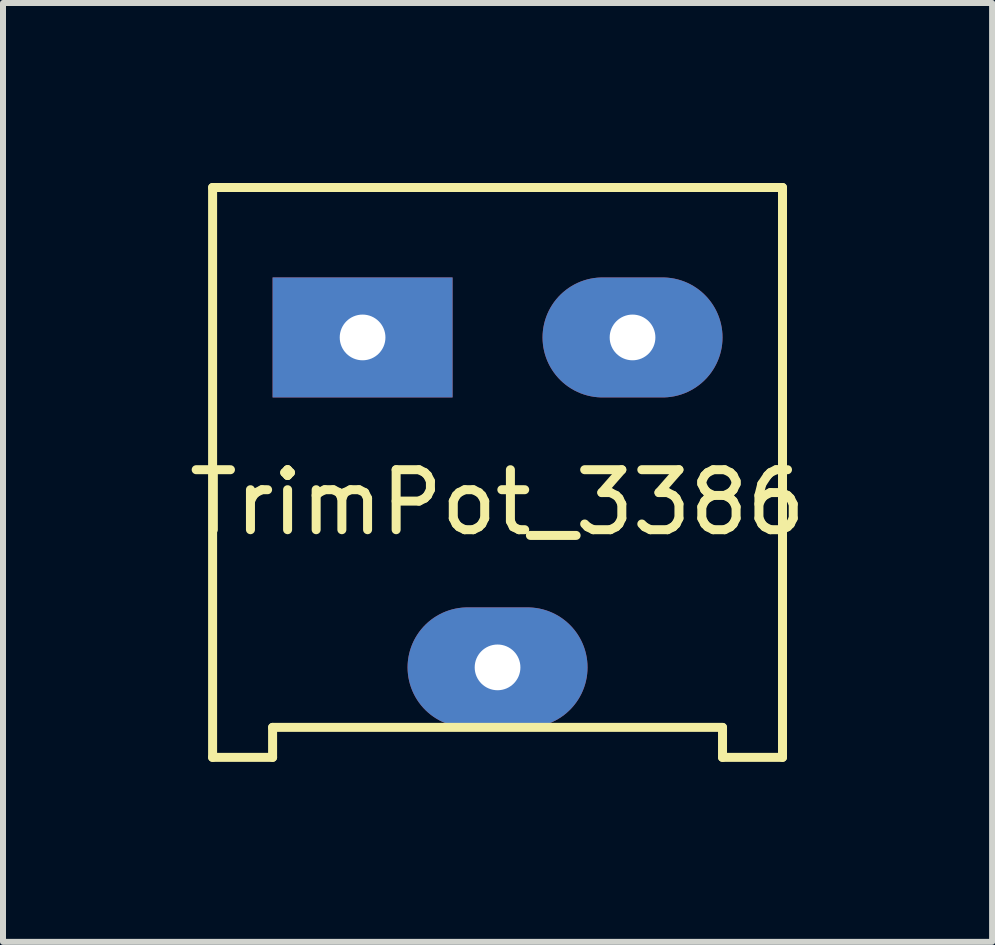
<source format=kicad_pcb>
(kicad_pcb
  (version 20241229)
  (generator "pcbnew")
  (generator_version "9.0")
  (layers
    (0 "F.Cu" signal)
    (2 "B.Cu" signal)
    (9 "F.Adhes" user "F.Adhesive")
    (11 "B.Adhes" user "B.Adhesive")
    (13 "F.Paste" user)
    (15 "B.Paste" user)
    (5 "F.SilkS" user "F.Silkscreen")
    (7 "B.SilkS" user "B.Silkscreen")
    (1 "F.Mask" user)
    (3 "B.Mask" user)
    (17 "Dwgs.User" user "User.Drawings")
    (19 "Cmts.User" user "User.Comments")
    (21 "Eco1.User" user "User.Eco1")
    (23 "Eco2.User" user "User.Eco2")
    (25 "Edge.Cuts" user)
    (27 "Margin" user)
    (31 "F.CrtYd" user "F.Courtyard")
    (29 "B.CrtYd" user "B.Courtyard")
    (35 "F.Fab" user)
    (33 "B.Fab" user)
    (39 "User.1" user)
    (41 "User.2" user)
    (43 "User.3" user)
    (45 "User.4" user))
  (footprint "TrimPot_3386"
    (layer "F.Cu")
    (at 5.244 4.825)
    (property "Reference" "TrimPot_3386" (at 0 0.5 0) (layer "F.SilkS") (effects (font (size 1 1) (thickness 0.15))))
    (attr through_hole)
    (fp_line (start -4.75 -4.75) (end -4.75 4.75) (stroke (width 0.15) (type solid)) (layer "F.SilkS"))
    (fp_line (start -4.75 4.75) (end -3.75 4.75) (stroke (width 0.15) (type solid)) (layer "F.SilkS"))
    (fp_line (start -3.75 4.25) (end 3.75 4.25) (stroke (width 0.15) (type solid)) (layer "F.SilkS"))
    (fp_line (start -3.75 4.75) (end -3.75 4.25) (stroke (width 0.15) (type solid)) (layer "F.SilkS"))
    (fp_line (start 3.75 4.25) (end 3.75 4.75) (stroke (width 0.15) (type solid)) (layer "F.SilkS"))
    (fp_line (start 3.75 4.75) (end 4.75 4.75) (stroke (width 0.15) (type solid)) (layer "F.SilkS"))
    (fp_line (start 4.75 -4.75) (end -4.75 -4.75) (stroke (width 0.15) (type solid)) (layer "F.SilkS"))
    (fp_line (start 4.75 4.75) (end 4.75 -4.75) (stroke (width 0.15) (type solid)) (layer "F.SilkS"))
    (pad "1" thru_hole rect (at -2.25 -2.25) (size 3 2) (drill 0.762) (layers "*.Cu" "*.Mask"))
    (pad "2" thru_hole oval (at 0 3.25) (size 3 2) (drill 0.762) (layers "*.Cu" "*.Mask"))
    (pad "3" thru_hole oval (at 2.25 -2.25) (size 3 2) (drill 0.762) (layers "*.Cu" "*.Mask")))
  (gr_rect
    (start -3 -3)
    (end 13.488 12.65)
    (stroke (width 0.1) (type default))
    (fill no)
    (layer "Edge.Cuts")))
</source>
